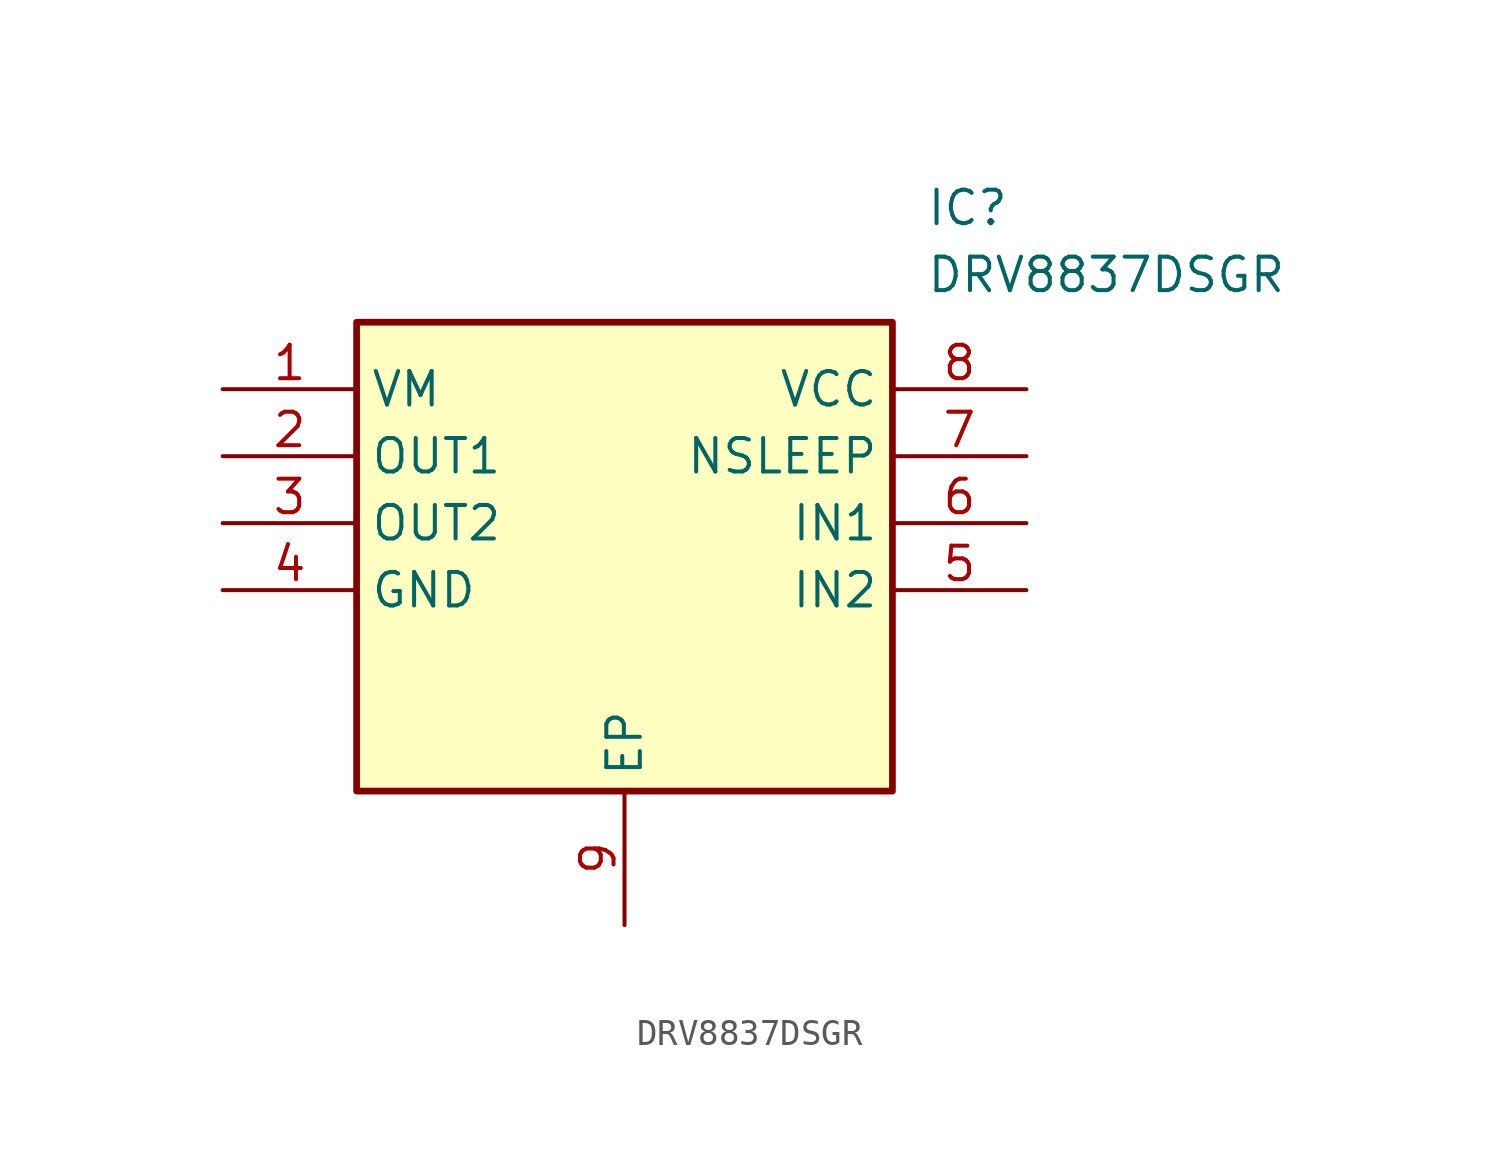
<source format=kicad_sym>
(kicad_symbol_lib
  (version 20211014)
  (generator SamacSys_ECAD_Model)
  (symbol "DRV8837DSGR"
    (property "Reference" "IC"
      (at 26.67 7.62 0)
      (effects (font (size 1.27 1.27)) (justify left top)))
    (property "Value" "DRV8837DSGR"
      (at 26.67 5.08 0)
      (effects (font (size 1.27 1.27)) (justify left top)))
    (rectangle
      (start 5.08 2.54)
      (end 25.4 -15.24)
      (stroke (width 0.254) (type default))
      (fill (type background)))
    (pin passive line
      (at 0 0 0)
      (length 5.08)
      (name "VM" (effects (font (size 1.27 1.27))))
      (number "1" (effects (font (size 1.27 1.27)))))
    (pin passive line
      (at 0 -2.54 0)
      (length 5.08)
      (name "OUT1" (effects (font (size 1.27 1.27))))
      (number "2" (effects (font (size 1.27 1.27)))))
    (pin passive line
      (at 0 -5.08 0)
      (length 5.08)
      (name "OUT2" (effects (font (size 1.27 1.27))))
      (number "3" (effects (font (size 1.27 1.27)))))
    (pin passive line
      (at 0 -7.62 0)
      (length 5.08)
      (name "GND" (effects (font (size 1.27 1.27))))
      (number "4" (effects (font (size 1.27 1.27)))))
    (pin passive line
      (at 15.24 -20.32 90)
      (length 5.08)
      (name "EP" (effects (font (size 1.27 1.27))))
      (number "9" (effects (font (size 1.27 1.27)))))
    (pin passive line
      (at 30.48 0 180)
      (length 5.08)
      (name "VCC" (effects (font (size 1.27 1.27))))
      (number "8" (effects (font (size 1.27 1.27)))))
    (pin passive line
      (at 30.48 -2.54 180)
      (length 5.08)
      (name "NSLEEP" (effects (font (size 1.27 1.27))))
      (number "7" (effects (font (size 1.27 1.27)))))
    (pin passive line
      (at 30.48 -5.08 180)
      (length 5.08)
      (name "IN1" (effects (font (size 1.27 1.27))))
      (number "6" (effects (font (size 1.27 1.27)))))
    (pin passive line
      (at 30.48 -7.62 180)
      (length 5.08)
      (name "IN2" (effects (font (size 1.27 1.27))))
      (number "5" (effects (font (size 1.27 1.27)))))))
</source>
